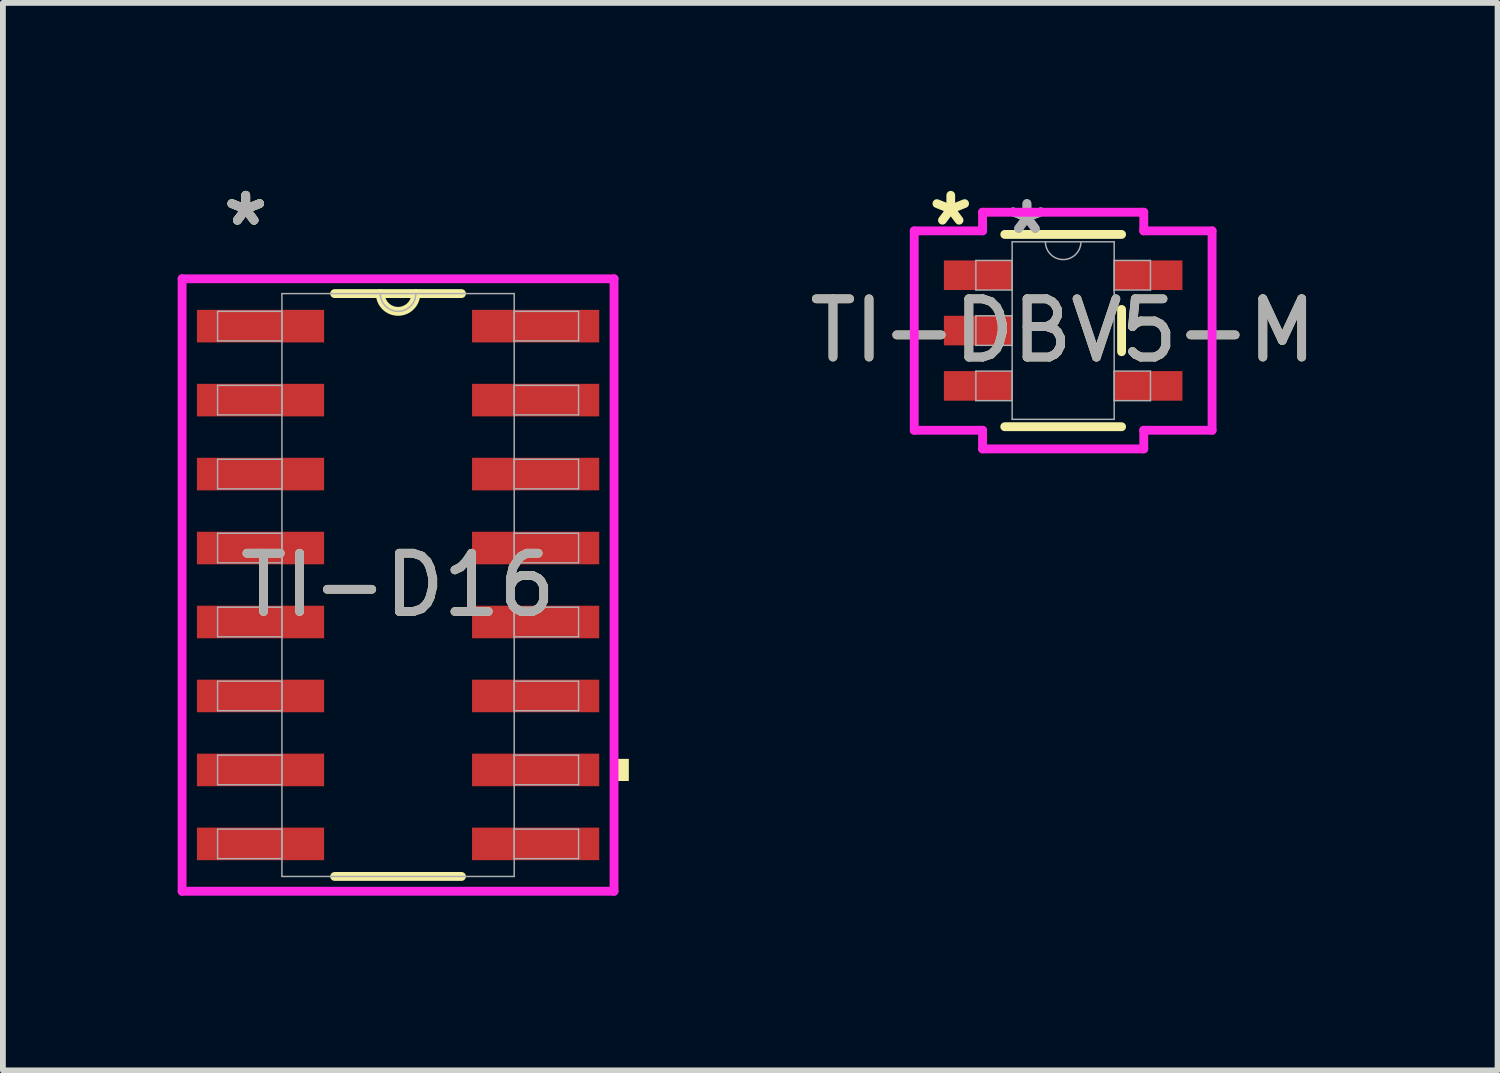
<source format=kicad_pcb>
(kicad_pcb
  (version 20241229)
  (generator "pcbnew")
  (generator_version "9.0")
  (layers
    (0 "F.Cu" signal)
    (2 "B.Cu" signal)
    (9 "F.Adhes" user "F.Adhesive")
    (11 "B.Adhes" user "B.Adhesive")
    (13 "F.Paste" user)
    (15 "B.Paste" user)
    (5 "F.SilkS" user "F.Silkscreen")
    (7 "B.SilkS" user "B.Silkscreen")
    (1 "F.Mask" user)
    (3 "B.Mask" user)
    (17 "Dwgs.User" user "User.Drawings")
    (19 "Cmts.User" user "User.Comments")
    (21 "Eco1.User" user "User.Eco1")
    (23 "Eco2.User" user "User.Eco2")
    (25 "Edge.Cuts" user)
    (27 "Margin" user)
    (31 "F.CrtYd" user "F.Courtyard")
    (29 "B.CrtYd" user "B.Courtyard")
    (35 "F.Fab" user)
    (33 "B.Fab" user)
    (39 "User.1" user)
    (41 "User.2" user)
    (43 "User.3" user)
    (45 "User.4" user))
  (footprint "TI-D16"
    (layer "F.Cu")
    (at 3.785 6.995)
    (property "Reference" "TI-D16" (at 0 0 0) (unlocked yes) (layer "F.SilkS") (effects (font (size 1 1) (thickness 0.15))))
    (attr smd)
    (fp_line (start -1.089 5.004) (end 1.089 5.004) (stroke (width 0.152) (type solid)) (layer "F.SilkS"))
    (fp_line (start 1.089 -5.004) (end -1.089 -5.004) (stroke (width 0.152) (type solid)) (layer "F.SilkS"))
    (fp_arc (start 0.3048 -5.0038) (mid 0 -4.699) (end -0.3048 -5.0038) (stroke (width 0.1524) (type solid)) (layer "F.SilkS"))
    (fp_poly (pts (xy 3.962 2.985) (xy 3.962 3.365) (xy 3.708 3.365) (xy 3.708 2.985)) (stroke (width 0) (type solid)) (fill yes) (layer "F.SilkS"))
    (fp_line (start -3.708 -5.258) (end 3.708 -5.258) (stroke (width 0.152) (type solid)) (layer "F.CrtYd"))
    (fp_line (start -3.708 5.258) (end -3.708 -5.258) (stroke (width 0.152) (type solid)) (layer "F.CrtYd"))
    (fp_line (start 3.708 -5.258) (end 3.708 5.258) (stroke (width 0.152) (type solid)) (layer "F.CrtYd"))
    (fp_line (start 3.708 5.258) (end -3.708 5.258) (stroke (width 0.152) (type solid)) (layer "F.CrtYd"))
    (fp_line (start -3.099 -4.699) (end -3.099 -4.191) (stroke (width 0.025) (type solid)) (layer "F.Fab"))
    (fp_line (start -3.099 -4.191) (end -1.994 -4.191) (stroke (width 0.025) (type solid)) (layer "F.Fab"))
    (fp_line (start -3.099 -3.429) (end -3.099 -2.921) (stroke (width 0.025) (type solid)) (layer "F.Fab"))
    (fp_line (start -3.099 -2.921) (end -1.994 -2.921) (stroke (width 0.025) (type solid)) (layer "F.Fab"))
    (fp_line (start -3.099 -2.159) (end -3.099 -1.651) (stroke (width 0.025) (type solid)) (layer "F.Fab"))
    (fp_line (start -3.099 -1.651) (end -1.994 -1.651) (stroke (width 0.025) (type solid)) (layer "F.Fab"))
    (fp_line (start -3.099 -0.889) (end -3.099 -0.381) (stroke (width 0.025) (type solid)) (layer "F.Fab"))
    (fp_line (start -3.099 -0.381) (end -1.994 -0.381) (stroke (width 0.025) (type solid)) (layer "F.Fab"))
    (fp_line (start -3.099 0.381) (end -3.099 0.889) (stroke (width 0.025) (type solid)) (layer "F.Fab"))
    (fp_line (start -3.099 0.889) (end -1.994 0.889) (stroke (width 0.025) (type solid)) (layer "F.Fab"))
    (fp_line (start -3.099 1.651) (end -3.099 2.159) (stroke (width 0.025) (type solid)) (layer "F.Fab"))
    (fp_line (start -3.099 2.159) (end -1.994 2.159) (stroke (width 0.025) (type solid)) (layer "F.Fab"))
    (fp_line (start -3.099 2.921) (end -3.099 3.429) (stroke (width 0.025) (type solid)) (layer "F.Fab"))
    (fp_line (start -3.099 3.429) (end -1.994 3.429) (stroke (width 0.025) (type solid)) (layer "F.Fab"))
    (fp_line (start -3.099 4.191) (end -3.099 4.699) (stroke (width 0.025) (type solid)) (layer "F.Fab"))
    (fp_line (start -3.099 4.699) (end -1.994 4.699) (stroke (width 0.025) (type solid)) (layer "F.Fab"))
    (fp_line (start -1.994 -5.004) (end -1.994 5.004) (stroke (width 0.025) (type solid)) (layer "F.Fab"))
    (fp_line (start -1.994 -4.699) (end -3.099 -4.699) (stroke (width 0.025) (type solid)) (layer "F.Fab"))
    (fp_line (start -1.994 -4.191) (end -1.994 -4.699) (stroke (width 0.025) (type solid)) (layer "F.Fab"))
    (fp_line (start -1.994 -3.429) (end -3.099 -3.429) (stroke (width 0.025) (type solid)) (layer "F.Fab"))
    (fp_line (start -1.994 -2.921) (end -1.994 -3.429) (stroke (width 0.025) (type solid)) (layer "F.Fab"))
    (fp_line (start -1.994 -2.159) (end -3.099 -2.159) (stroke (width 0.025) (type solid)) (layer "F.Fab"))
    (fp_line (start -1.994 -1.651) (end -1.994 -2.159) (stroke (width 0.025) (type solid)) (layer "F.Fab"))
    (fp_line (start -1.994 -0.889) (end -3.099 -0.889) (stroke (width 0.025) (type solid)) (layer "F.Fab"))
    (fp_line (start -1.994 -0.381) (end -1.994 -0.889) (stroke (width 0.025) (type solid)) (layer "F.Fab"))
    (fp_line (start -1.994 0.381) (end -3.099 0.381) (stroke (width 0.025) (type solid)) (layer "F.Fab"))
    (fp_line (start -1.994 0.889) (end -1.994 0.381) (stroke (width 0.025) (type solid)) (layer "F.Fab"))
    (fp_line (start -1.994 1.651) (end -3.099 1.651) (stroke (width 0.025) (type solid)) (layer "F.Fab"))
    (fp_line (start -1.994 2.159) (end -1.994 1.651) (stroke (width 0.025) (type solid)) (layer "F.Fab"))
    (fp_line (start -1.994 2.921) (end -3.099 2.921) (stroke (width 0.025) (type solid)) (layer "F.Fab"))
    (fp_line (start -1.994 3.429) (end -1.994 2.921) (stroke (width 0.025) (type solid)) (layer "F.Fab"))
    (fp_line (start -1.994 4.191) (end -3.099 4.191) (stroke (width 0.025) (type solid)) (layer "F.Fab"))
    (fp_line (start -1.994 4.699) (end -1.994 4.191) (stroke (width 0.025) (type solid)) (layer "F.Fab"))
    (fp_line (start -1.994 5.004) (end 1.994 5.004) (stroke (width 0.025) (type solid)) (layer "F.Fab"))
    (fp_line (start 1.994 -5.004) (end -1.994 -5.004) (stroke (width 0.025) (type solid)) (layer "F.Fab"))
    (fp_line (start 1.994 -4.699) (end 1.994 -4.191) (stroke (width 0.025) (type solid)) (layer "F.Fab"))
    (fp_line (start 1.994 -4.191) (end 3.099 -4.191) (stroke (width 0.025) (type solid)) (layer "F.Fab"))
    (fp_line (start 1.994 -3.429) (end 1.994 -2.921) (stroke (width 0.025) (type solid)) (layer "F.Fab"))
    (fp_line (start 1.994 -2.921) (end 3.099 -2.921) (stroke (width 0.025) (type solid)) (layer "F.Fab"))
    (fp_line (start 1.994 -2.159) (end 1.994 -1.651) (stroke (width 0.025) (type solid)) (layer "F.Fab"))
    (fp_line (start 1.994 -1.651) (end 3.099 -1.651) (stroke (width 0.025) (type solid)) (layer "F.Fab"))
    (fp_line (start 1.994 -0.889) (end 1.994 -0.381) (stroke (width 0.025) (type solid)) (layer "F.Fab"))
    (fp_line (start 1.994 -0.381) (end 3.099 -0.381) (stroke (width 0.025) (type solid)) (layer "F.Fab"))
    (fp_line (start 1.994 0.381) (end 1.994 0.889) (stroke (width 0.025) (type solid)) (layer "F.Fab"))
    (fp_line (start 1.994 0.889) (end 3.099 0.889) (stroke (width 0.025) (type solid)) (layer "F.Fab"))
    (fp_line (start 1.994 1.651) (end 1.994 2.159) (stroke (width 0.025) (type solid)) (layer "F.Fab"))
    (fp_line (start 1.994 2.159) (end 3.099 2.159) (stroke (width 0.025) (type solid)) (layer "F.Fab"))
    (fp_line (start 1.994 2.921) (end 1.994 3.429) (stroke (width 0.025) (type solid)) (layer "F.Fab"))
    (fp_line (start 1.994 3.429) (end 3.099 3.429) (stroke (width 0.025) (type solid)) (layer "F.Fab"))
    (fp_line (start 1.994 4.191) (end 1.994 4.699) (stroke (width 0.025) (type solid)) (layer "F.Fab"))
    (fp_line (start 1.994 4.699) (end 3.099 4.699) (stroke (width 0.025) (type solid)) (layer "F.Fab"))
    (fp_line (start 1.994 5.004) (end 1.994 -5.004) (stroke (width 0.025) (type solid)) (layer "F.Fab"))
    (fp_line (start 3.099 -4.699) (end 1.994 -4.699) (stroke (width 0.025) (type solid)) (layer "F.Fab"))
    (fp_line (start 3.099 -4.191) (end 3.099 -4.699) (stroke (width 0.025) (type solid)) (layer "F.Fab"))
    (fp_line (start 3.099 -3.429) (end 1.994 -3.429) (stroke (width 0.025) (type solid)) (layer "F.Fab"))
    (fp_line (start 3.099 -2.921) (end 3.099 -3.429) (stroke (width 0.025) (type solid)) (layer "F.Fab"))
    (fp_line (start 3.099 -2.159) (end 1.994 -2.159) (stroke (width 0.025) (type solid)) (layer "F.Fab"))
    (fp_line (start 3.099 -1.651) (end 3.099 -2.159) (stroke (width 0.025) (type solid)) (layer "F.Fab"))
    (fp_line (start 3.099 -0.889) (end 1.994 -0.889) (stroke (width 0.025) (type solid)) (layer "F.Fab"))
    (fp_line (start 3.099 -0.381) (end 3.099 -0.889) (stroke (width 0.025) (type solid)) (layer "F.Fab"))
    (fp_line (start 3.099 0.381) (end 1.994 0.381) (stroke (width 0.025) (type solid)) (layer "F.Fab"))
    (fp_line (start 3.099 0.889) (end 3.099 0.381) (stroke (width 0.025) (type solid)) (layer "F.Fab"))
    (fp_line (start 3.099 1.651) (end 1.994 1.651) (stroke (width 0.025) (type solid)) (layer "F.Fab"))
    (fp_line (start 3.099 2.159) (end 3.099 1.651) (stroke (width 0.025) (type solid)) (layer "F.Fab"))
    (fp_line (start 3.099 2.921) (end 1.994 2.921) (stroke (width 0.025) (type solid)) (layer "F.Fab"))
    (fp_line (start 3.099 3.429) (end 3.099 2.921) (stroke (width 0.025) (type solid)) (layer "F.Fab"))
    (fp_line (start 3.099 4.191) (end 1.994 4.191) (stroke (width 0.025) (type solid)) (layer "F.Fab"))
    (fp_line (start 3.099 4.699) (end 3.099 4.191) (stroke (width 0.025) (type solid)) (layer "F.Fab"))
    (fp_arc (start 0.3048 -5.0038) (mid 0 -4.699) (end -0.3048 -5.0038) (stroke (width 0.0254) (type solid)) (layer "F.Fab"))
    (fp_text user "*" (at -2.616 -6.147 0) (unlocked yes) (layer "F.SilkS") (effects (font (size 1 1) (thickness 0.15))))
    (fp_text user "*" (at -2.616 -6.147 0) (layer "F.SilkS") (effects (font (size 1 1) (thickness 0.15))))
    (fp_text user "*" (at -2.616 -6.147 0) (unlocked yes) (layer "F.Fab") (effects (font (size 1 1) (thickness 0.15))))
    (fp_text user "${REFERENCE}" (at 0 0 0) (unlocked yes) (layer "F.Fab") (effects (font (size 1 1) (thickness 0.15))))
    (fp_text user "*" (at -2.616 -6.147 0) (layer "F.Fab") (effects (font (size 1 1) (thickness 0.15))))
    (pad "1" smd rect (at -2.362 -4.445) (size 2.184 0.559) (layers "F.Cu" "F.Mask" "F.Paste"))
    (pad "2" smd rect (at -2.362 -3.175) (size 2.184 0.559) (layers "F.Cu" "F.Mask" "F.Paste"))
    (pad "3" smd rect (at -2.362 -1.905) (size 2.184 0.559) (layers "F.Cu" "F.Mask" "F.Paste"))
    (pad "4" smd rect (at -2.362 -0.635) (size 2.184 0.559) (layers "F.Cu" "F.Mask" "F.Paste"))
    (pad "5" smd rect (at -2.362 0.635) (size 2.184 0.559) (layers "F.Cu" "F.Mask" "F.Paste"))
    (pad "6" smd rect (at -2.362 1.905) (size 2.184 0.559) (layers "F.Cu" "F.Mask" "F.Paste"))
    (pad "7" smd rect (at -2.362 3.175) (size 2.184 0.559) (layers "F.Cu" "F.Mask" "F.Paste"))
    (pad "8" smd rect (at -2.362 4.445) (size 2.184 0.559) (layers "F.Cu" "F.Mask" "F.Paste"))
    (pad "9" smd rect (at 2.362 4.445) (size 2.184 0.559) (layers "F.Cu" "F.Mask" "F.Paste"))
    (pad "10" smd rect (at 2.362 3.175) (size 2.184 0.559) (layers "F.Cu" "F.Mask" "F.Paste"))
    (pad "11" smd rect (at 2.362 1.905) (size 2.184 0.559) (layers "F.Cu" "F.Mask" "F.Paste"))
    (pad "12" smd rect (at 2.362 0.635) (size 2.184 0.559) (layers "F.Cu" "F.Mask" "F.Paste"))
    (pad "13" smd rect (at 2.362 -0.635) (size 2.184 0.559) (layers "F.Cu" "F.Mask" "F.Paste"))
    (pad "14" smd rect (at 2.362 -1.905) (size 2.184 0.559) (layers "F.Cu" "F.Mask" "F.Paste"))
    (pad "15" smd rect (at 2.362 -3.175) (size 2.184 0.559) (layers "F.Cu" "F.Mask" "F.Paste"))
    (pad "16" smd rect (at 2.362 -4.445) (size 2.184 0.559) (layers "F.Cu" "F.Mask" "F.Paste")))
  (footprint "TI-DBV5-M"
    (layer "F.Cu")
    (at 15.205 2.626)
    (property "Reference" "TI-DBV5-M" (at 0 0 0) (unlocked yes) (layer "F.SilkS") (effects (font (size 1 1) (thickness 0.15))))
    (attr smd)
    (fp_line (start -1.003 1.651) (end 1.003 1.651) (stroke (width 0.152) (type solid)) (layer "F.SilkS"))
    (fp_line (start 1.003 -1.651) (end -1.003 -1.651) (stroke (width 0.152) (type solid)) (layer "F.SilkS"))
    (fp_line (start 1.003 0.363) (end 1.003 -0.363) (stroke (width 0.152) (type solid)) (layer "F.SilkS"))
    (fp_line (start -2.557 -1.712) (end -1.384 -1.712) (stroke (width 0.152) (type solid)) (layer "F.CrtYd"))
    (fp_line (start -2.557 1.712) (end -2.557 -1.712) (stroke (width 0.152) (type solid)) (layer "F.CrtYd"))
    (fp_line (start -1.384 -2.032) (end 1.384 -2.032) (stroke (width 0.152) (type solid)) (layer "F.CrtYd"))
    (fp_line (start -1.384 -1.712) (end -1.384 -2.032) (stroke (width 0.152) (type solid)) (layer "F.CrtYd"))
    (fp_line (start -1.384 1.712) (end -2.557 1.712) (stroke (width 0.152) (type solid)) (layer "F.CrtYd"))
    (fp_line (start -1.384 2.032) (end -1.384 1.712) (stroke (width 0.152) (type solid)) (layer "F.CrtYd"))
    (fp_line (start 1.384 -2.032) (end 1.384 -1.712) (stroke (width 0.152) (type solid)) (layer "F.CrtYd"))
    (fp_line (start 1.384 -1.712) (end 2.557 -1.712) (stroke (width 0.152) (type solid)) (layer "F.CrtYd"))
    (fp_line (start 1.384 1.712) (end 1.384 2.032) (stroke (width 0.152) (type solid)) (layer "F.CrtYd"))
    (fp_line (start 1.384 2.032) (end -1.384 2.032) (stroke (width 0.152) (type solid)) (layer "F.CrtYd"))
    (fp_line (start 2.557 -1.712) (end 2.557 1.712) (stroke (width 0.152) (type solid)) (layer "F.CrtYd"))
    (fp_line (start 2.557 1.712) (end 1.384 1.712) (stroke (width 0.152) (type solid)) (layer "F.CrtYd"))
    (fp_line (start -1.499 -1.204) (end -1.499 -0.696) (stroke (width 0.025) (type solid)) (layer "F.Fab"))
    (fp_line (start -1.499 -0.696) (end -0.876 -0.696) (stroke (width 0.025) (type solid)) (layer "F.Fab"))
    (fp_line (start -1.499 -0.254) (end -1.499 0.254) (stroke (width 0.025) (type solid)) (layer "F.Fab"))
    (fp_line (start -1.499 0.254) (end -0.876 0.254) (stroke (width 0.025) (type solid)) (layer "F.Fab"))
    (fp_line (start -1.499 0.696) (end -1.499 1.204) (stroke (width 0.025) (type solid)) (layer "F.Fab"))
    (fp_line (start -1.499 1.204) (end -0.876 1.204) (stroke (width 0.025) (type solid)) (layer "F.Fab"))
    (fp_line (start -0.876 -1.524) (end -0.876 1.524) (stroke (width 0.025) (type solid)) (layer "F.Fab"))
    (fp_line (start -0.876 -1.204) (end -1.499 -1.204) (stroke (width 0.025) (type solid)) (layer "F.Fab"))
    (fp_line (start -0.876 -0.696) (end -0.876 -1.204) (stroke (width 0.025) (type solid)) (layer "F.Fab"))
    (fp_line (start -0.876 -0.254) (end -1.499 -0.254) (stroke (width 0.025) (type solid)) (layer "F.Fab"))
    (fp_line (start -0.876 0.254) (end -0.876 -0.254) (stroke (width 0.025) (type solid)) (layer "F.Fab"))
    (fp_line (start -0.876 0.696) (end -1.499 0.696) (stroke (width 0.025) (type solid)) (layer "F.Fab"))
    (fp_line (start -0.876 1.204) (end -0.876 0.696) (stroke (width 0.025) (type solid)) (layer "F.Fab"))
    (fp_line (start -0.876 1.524) (end 0.876 1.524) (stroke (width 0.025) (type solid)) (layer "F.Fab"))
    (fp_line (start 0.876 -1.524) (end -0.876 -1.524) (stroke (width 0.025) (type solid)) (layer "F.Fab"))
    (fp_line (start 0.876 -1.204) (end 0.876 -0.696) (stroke (width 0.025) (type solid)) (layer "F.Fab"))
    (fp_line (start 0.876 -0.696) (end 1.499 -0.696) (stroke (width 0.025) (type solid)) (layer "F.Fab"))
    (fp_line (start 0.876 0.696) (end 0.876 1.204) (stroke (width 0.025) (type solid)) (layer "F.Fab"))
    (fp_line (start 0.876 1.204) (end 1.499 1.204) (stroke (width 0.025) (type solid)) (layer "F.Fab"))
    (fp_line (start 0.876 1.524) (end 0.876 -1.524) (stroke (width 0.025) (type solid)) (layer "F.Fab"))
    (fp_line (start 1.499 -1.204) (end 0.876 -1.204) (stroke (width 0.025) (type solid)) (layer "F.Fab"))
    (fp_line (start 1.499 -0.696) (end 1.499 -1.204) (stroke (width 0.025) (type solid)) (layer "F.Fab"))
    (fp_line (start 1.499 0.696) (end 0.876 0.696) (stroke (width 0.025) (type solid)) (layer "F.Fab"))
    (fp_line (start 1.499 1.204) (end 1.499 0.696) (stroke (width 0.025) (type solid)) (layer "F.Fab"))
    (fp_arc (start 0.3048 -1.524) (mid 0 -1.2192) (end -0.3048 -1.524) (stroke (width 0.0254) (type solid)) (layer "F.Fab"))
    (fp_text user "*" (at -1.93 -1.778 0) (layer "F.SilkS") (effects (font (size 1 1) (thickness 0.15))))
    (fp_text user "*" (at -0.622 -1.636 0) (unlocked yes) (layer "F.Fab") (effects (font (size 1 1) (thickness 0.15))))
    (fp_text user "*" (at -0.622 -1.636 0) (layer "F.Fab") (effects (font (size 1 1) (thickness 0.15))))
    (fp_text user "${REFERENCE}" (at 0 0 0) (unlocked yes) (layer "F.Fab") (effects (font (size 1 1) (thickness 0.15))))
    (pad "1" smd rect (at -1.462 -0.95) (size 1.172 0.508) (layers "F.Cu" "F.Mask" "F.Paste"))
    (pad "2" smd rect (at -1.462 0) (size 1.172 0.508) (layers "F.Cu" "F.Mask" "F.Paste"))
    (pad "3" smd rect (at -1.462 0.95) (size 1.172 0.508) (layers "F.Cu" "F.Mask" "F.Paste"))
    (pad "4" smd rect (at 1.462 0.95) (size 1.172 0.508) (layers "F.Cu" "F.Mask" "F.Paste"))
    (pad "5" smd rect (at 1.462 -0.95) (size 1.172 0.508) (layers "F.Cu" "F.Mask" "F.Paste")))
  (gr_rect
    (start -3 -3)
    (end 22.664 15.329)
    (stroke (width 0.1) (type default))
    (fill no)
    (layer "Edge.Cuts")))
</source>
